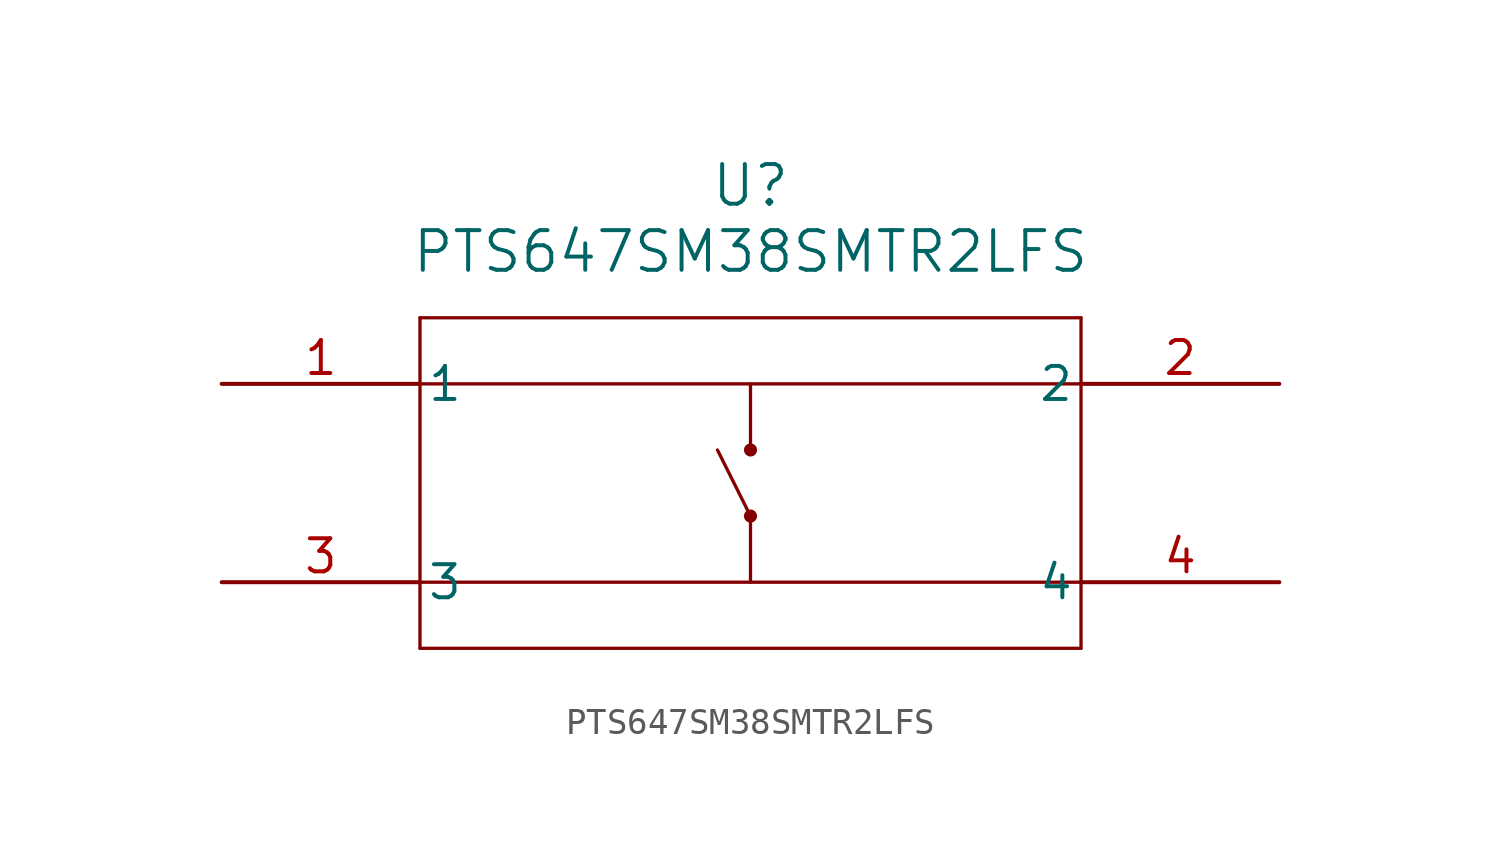
<source format=kicad_sym>
(kicad_symbol_lib
  (version 20211014)
  (generator kicad_symbol_editor)
  (symbol "PTS647SM38SMTR2LFS"
    (pin_names
      (offset 0.254))
    (property "Reference" "U"
      (at 20.32 7.62 0)
      (effects (font (size 1.524 1.524))))
    (property "Value" "PTS647SM38SMTR2LFS"
      (at 20.32 5.08 0)
      (effects (font (size 1.524 1.524))))
    (symbol "PTS647SM38SMTR2LFS_0_1"
      (polyline (pts (xy 7.62 2.54) (xy 7.62 -10.16)) (stroke (width 0.127) (type default) (color 0 0 0 0)) (fill (type none)))
      (polyline (pts (xy 7.62 -10.16) (xy 33.02 -10.16)) (stroke (width 0.127) (type default) (color 0 0 0 0)) (fill (type none)))
      (polyline (pts (xy 33.02 -10.16) (xy 33.02 2.54)) (stroke (width 0.127) (type default) (color 0 0 0 0)) (fill (type none)))
      (polyline (pts (xy 33.02 2.54) (xy 7.62 2.54)) (stroke (width 0.127) (type default) (color 0 0 0 0)) (fill (type none)))
      (polyline (pts (xy 7.62 0) (xy 33.02 0)) (stroke (width 0.127) (type default) (color 0 0 0 0)) (fill (type none)))
      (polyline (pts (xy 7.62 -7.62) (xy 33.02 -7.62)) (stroke (width 0.127) (type default) (color 0 0 0 0)) (fill (type none)))
      (polyline (pts (xy 20.32 0) (xy 20.32 -2.54)) (stroke (width 0.127) (type default) (color 0 0 0 0)) (fill (type none)))
      (polyline (pts (xy 20.32 -5.08) (xy 20.32 -7.62)) (stroke (width 0.127) (type default) (color 0 0 0 0)) (fill (type none)))
      (polyline (pts (xy 20.32 -5.08) (xy 19.05 -2.54)) (stroke (width 0.127) (type default) (color 0 0 0 0)) (fill (type none)))
      (circle (center 20.32 -5.08) (radius 0.127) (stroke (width 0.254) (type default) (color 0 0 0 0)) (fill (type none)))
      (circle (center 20.32 -2.54) (radius 0.127) (stroke (width 0.254) (type default) (color 0 0 0 0)) (fill (type none)))
      (pin unspecified line (at 0 0 0) (length 7.62) (name "1" (effects (font (size 1.27 1.27)))) (number "1" (effects (font (size 1.27 1.27)))))
      (pin unspecified line (at 40.64 0 180) (length 7.62) (name "2" (effects (font (size 1.27 1.27)))) (number "2" (effects (font (size 1.27 1.27)))))
      (pin unspecified line (at 0 -7.62 0) (length 7.62) (name "3" (effects (font (size 1.27 1.27)))) (number "3" (effects (font (size 1.27 1.27)))))
      (pin unspecified line (at 40.64 -7.62 180) (length 7.62) (name "4" (effects (font (size 1.27 1.27)))) (number "4" (effects (font (size 1.27 1.27))))))))
</source>
